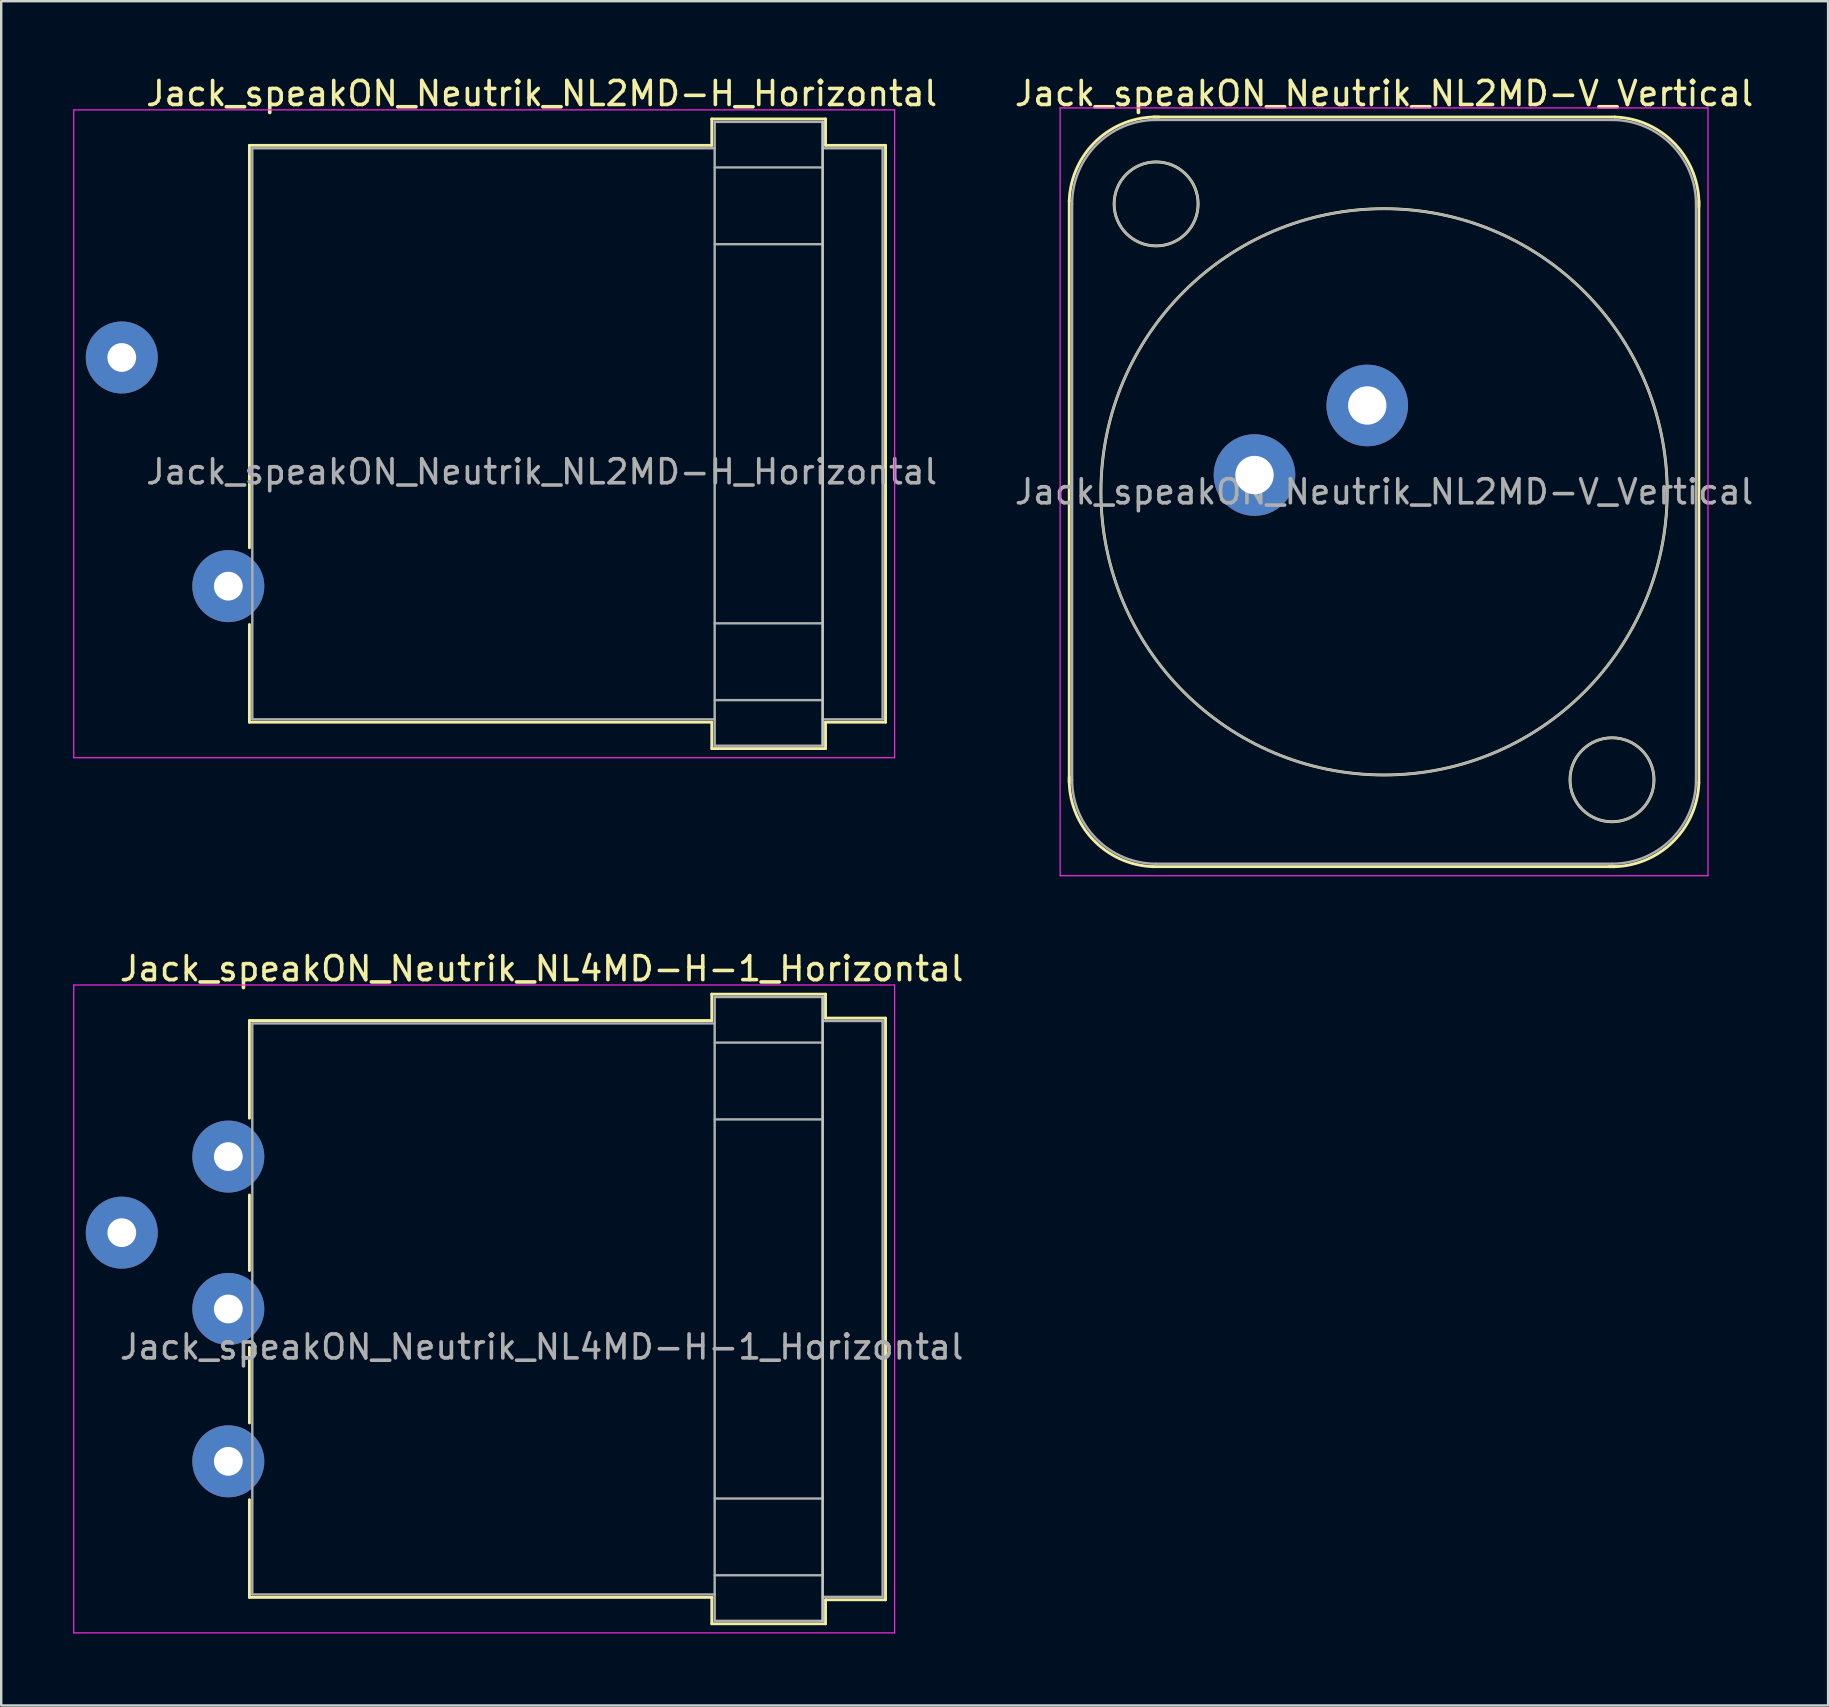
<source format=kicad_pcb>
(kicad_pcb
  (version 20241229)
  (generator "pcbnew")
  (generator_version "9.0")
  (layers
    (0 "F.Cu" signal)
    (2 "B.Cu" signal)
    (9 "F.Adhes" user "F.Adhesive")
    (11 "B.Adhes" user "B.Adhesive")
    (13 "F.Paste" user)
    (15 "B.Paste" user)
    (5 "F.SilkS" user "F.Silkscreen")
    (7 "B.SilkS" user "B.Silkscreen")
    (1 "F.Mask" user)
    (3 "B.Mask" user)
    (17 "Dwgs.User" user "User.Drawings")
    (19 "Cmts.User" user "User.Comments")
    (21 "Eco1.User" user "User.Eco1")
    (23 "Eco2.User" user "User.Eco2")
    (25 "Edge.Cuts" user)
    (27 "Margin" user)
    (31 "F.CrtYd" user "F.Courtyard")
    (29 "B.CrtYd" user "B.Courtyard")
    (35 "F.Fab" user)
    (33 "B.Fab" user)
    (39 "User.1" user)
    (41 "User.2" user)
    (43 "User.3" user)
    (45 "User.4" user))
  (footprint "Jack_speakON_Neutrik_NL2MD-H_Horizontal"
    (layer "F.Cu")
    (at 2.025 11.848)
    (property "Reference" "Jack_speakON_Neutrik_NL2MD-H_Horizontal" (at 17.5 -11 0) (layer "F.SilkS") (effects (font (size 1 1) (thickness 0.15))))
    (attr through_hole)
    (fp_line (start 5.32 -8.84) (end 24.59 -8.84) (stroke (width 0.12) (type solid)) (layer "F.SilkS"))
    (fp_line (start 5.32 7.93) (end 5.32 -8.84) (stroke (width 0.12) (type solid)) (layer "F.SilkS"))
    (fp_line (start 5.32 15.2) (end 5.32 11.13) (stroke (width 0.12) (type solid)) (layer "F.SilkS"))
    (fp_line (start 5.32 15.2) (end 24.59 15.2) (stroke (width 0.12) (type solid)) (layer "F.SilkS"))
    (fp_line (start 24.59 -9.94) (end 24.59 -8.84) (stroke (width 0.12) (type solid)) (layer "F.SilkS"))
    (fp_line (start 24.59 -9.94) (end 29.33 -9.94) (stroke (width 0.12) (type solid)) (layer "F.SilkS"))
    (fp_line (start 24.59 16.3) (end 24.59 15.2) (stroke (width 0.12) (type solid)) (layer "F.SilkS"))
    (fp_line (start 24.59 16.3) (end 29.33 16.3) (stroke (width 0.12) (type solid)) (layer "F.SilkS"))
    (fp_line (start 29.33 -9.94) (end 29.33 -8.84) (stroke (width 0.12) (type solid)) (layer "F.SilkS"))
    (fp_line (start 29.33 16.3) (end 29.33 15.2) (stroke (width 0.12) (type solid)) (layer "F.SilkS"))
    (fp_line (start 31.83 -8.84) (end 29.33 -8.84) (stroke (width 0.12) (type solid)) (layer "F.SilkS"))
    (fp_line (start 31.83 15.2) (end 29.33 15.2) (stroke (width 0.12) (type solid)) (layer "F.SilkS"))
    (fp_line (start 31.83 15.2) (end 31.83 -8.84) (stroke (width 0.12) (type solid)) (layer "F.SilkS"))
    (fp_line (start 29.21 16.18) (end 29.21 -9.82) (stroke (width 0.1) (type solid)) (layer "Dwgs.User"))
    (fp_line (start -2 16.68) (end -2 -10.32) (stroke (width 0.05) (type solid)) (layer "F.CrtYd"))
    (fp_line (start -2 16.68) (end 32.21 16.68) (stroke (width 0.05) (type solid)) (layer "F.CrtYd"))
    (fp_line (start 32.21 -10.32) (end -2 -10.32) (stroke (width 0.05) (type solid)) (layer "F.CrtYd"))
    (fp_line (start 32.21 -10.32) (end 32.21 16.68) (stroke (width 0.05) (type solid)) (layer "F.CrtYd"))
    (fp_line (start 5.44 -8.72) (end 24.71 -8.72) (stroke (width 0.1) (type solid)) (layer "F.Fab"))
    (fp_line (start 5.44 15.08) (end 5.44 -8.72) (stroke (width 0.1) (type solid)) (layer "F.Fab"))
    (fp_line (start 5.44 15.08) (end 24.71 15.08) (stroke (width 0.1) (type solid)) (layer "F.Fab"))
    (fp_line (start 24.71 -9.82) (end 29.21 -9.82) (stroke (width 0.1) (type solid)) (layer "F.Fab"))
    (fp_line (start 24.71 -7.92) (end 29.21 -7.92) (stroke (width 0.1) (type solid)) (layer "F.Fab"))
    (fp_line (start 24.71 -4.72) (end 29.21 -4.72) (stroke (width 0.1) (type solid)) (layer "F.Fab"))
    (fp_line (start 24.71 11.08) (end 29.21 11.08) (stroke (width 0.1) (type solid)) (layer "F.Fab"))
    (fp_line (start 24.71 14.28) (end 29.21 14.28) (stroke (width 0.1) (type solid)) (layer "F.Fab"))
    (fp_line (start 24.71 16.18) (end 24.71 -9.82) (stroke (width 0.1) (type solid)) (layer "F.Fab"))
    (fp_line (start 24.71 16.18) (end 29.21 16.18) (stroke (width 0.1) (type solid)) (layer "F.Fab"))
    (fp_line (start 29.21 16.18) (end 29.21 -9.82) (stroke (width 0.1) (type solid)) (layer "F.Fab"))
    (fp_line (start 31.71 -8.72) (end 29.21 -8.72) (stroke (width 0.1) (type solid)) (layer "F.Fab"))
    (fp_line (start 31.71 15.08) (end 29.21 15.08) (stroke (width 0.1) (type solid)) (layer "F.Fab"))
    (fp_line (start 31.71 15.08) (end 31.71 -8.72) (stroke (width 0.1) (type solid)) (layer "F.Fab"))
    (fp_text user "${REFERENCE}" (at 17.5 4.765 0) (layer "F.Fab") (effects (font (size 1 1) (thickness 0.15))))
    (pad "1+" thru_hole circle (at 0 0) (size 3 3) (drill 1.2) (layers "*.Cu" "*.Mask"))
    (pad "1-" thru_hole circle (at 4.44 9.53) (size 3 3) (drill 1.2) (layers "*.Cu" "*.Mask")))
  (footprint "Jack_speakON_Neutrik_NL4MD-H-1_Horizontal"
    (layer "F.Cu")
    (at 2.025 48.322)
    (property "Reference" "Jack_speakON_Neutrik_NL4MD-H-1_Horizontal" (at 17.5 -11 0) (layer "F.SilkS") (effects (font (size 1 1) (thickness 0.15))))
    (attr through_hole)
    (fp_line (start 5.32 -8.84) (end 24.59 -8.84) (stroke (width 0.12) (type solid)) (layer "F.SilkS"))
    (fp_line (start 5.32 -4.77) (end 5.32 -8.84) (stroke (width 0.12) (type solid)) (layer "F.SilkS"))
    (fp_line (start 5.32 1.58) (end 5.32 -1.57) (stroke (width 0.12) (type solid)) (layer "F.SilkS"))
    (fp_line (start 5.32 7.93) (end 5.32 4.78) (stroke (width 0.12) (type solid)) (layer "F.SilkS"))
    (fp_line (start 5.32 15.2) (end 5.32 11.13) (stroke (width 0.12) (type solid)) (layer "F.SilkS"))
    (fp_line (start 5.32 15.2) (end 24.6 15.2) (stroke (width 0.12) (type solid)) (layer "F.SilkS"))
    (fp_line (start 24.59 -9.94) (end 24.59 -8.84) (stroke (width 0.12) (type solid)) (layer "F.SilkS"))
    (fp_line (start 24.59 -9.94) (end 29.33 -9.94) (stroke (width 0.12) (type solid)) (layer "F.SilkS"))
    (fp_line (start 24.59 16.3) (end 24.59 15.2) (stroke (width 0.12) (type solid)) (layer "F.SilkS"))
    (fp_line (start 24.59 16.3) (end 29.33 16.3) (stroke (width 0.12) (type solid)) (layer "F.SilkS"))
    (fp_line (start 29.33 -9.94) (end 29.33 -8.94) (stroke (width 0.12) (type solid)) (layer "F.SilkS"))
    (fp_line (start 29.33 16.3) (end 29.33 15.3) (stroke (width 0.12) (type solid)) (layer "F.SilkS"))
    (fp_line (start 31.83 -8.94) (end 29.33 -8.94) (stroke (width 0.12) (type solid)) (layer "F.SilkS"))
    (fp_line (start 31.83 15.3) (end 29.33 15.3) (stroke (width 0.12) (type solid)) (layer "F.SilkS"))
    (fp_line (start 31.83 15.3) (end 31.83 -8.94) (stroke (width 0.12) (type solid)) (layer "F.SilkS"))
    (fp_line (start 29.21 16.18) (end 29.21 -9.82) (stroke (width 0.1) (type solid)) (layer "Dwgs.User"))
    (fp_line (start -2 16.68) (end -2 -10.32) (stroke (width 0.05) (type solid)) (layer "F.CrtYd"))
    (fp_line (start -2 16.68) (end 32.21 16.68) (stroke (width 0.05) (type solid)) (layer "F.CrtYd"))
    (fp_line (start 32.21 -10.32) (end -2 -10.32) (stroke (width 0.05) (type solid)) (layer "F.CrtYd"))
    (fp_line (start 32.21 -10.32) (end 32.21 16.68) (stroke (width 0.05) (type solid)) (layer "F.CrtYd"))
    (fp_line (start 5.44 -8.72) (end 24.71 -8.72) (stroke (width 0.1) (type solid)) (layer "F.Fab"))
    (fp_line (start 5.44 15.08) (end 5.44 -8.72) (stroke (width 0.1) (type solid)) (layer "F.Fab"))
    (fp_line (start 5.44 15.08) (end 24.71 15.08) (stroke (width 0.1) (type solid)) (layer "F.Fab"))
    (fp_line (start 24.71 -9.82) (end 29.21 -9.82) (stroke (width 0.1) (type solid)) (layer "F.Fab"))
    (fp_line (start 24.71 -7.92) (end 29.21 -7.92) (stroke (width 0.1) (type solid)) (layer "F.Fab"))
    (fp_line (start 24.71 -4.72) (end 29.21 -4.72) (stroke (width 0.1) (type solid)) (layer "F.Fab"))
    (fp_line (start 24.71 11.08) (end 29.21 11.08) (stroke (width 0.1) (type solid)) (layer "F.Fab"))
    (fp_line (start 24.71 14.28) (end 29.21 14.28) (stroke (width 0.1) (type solid)) (layer "F.Fab"))
    (fp_line (start 24.71 16.18) (end 24.71 -9.82) (stroke (width 0.1) (type solid)) (layer "F.Fab"))
    (fp_line (start 24.71 16.18) (end 29.21 16.18) (stroke (width 0.1) (type solid)) (layer "F.Fab"))
    (fp_line (start 29.21 16.18) (end 29.21 -9.82) (stroke (width 0.1) (type solid)) (layer "F.Fab"))
    (fp_line (start 31.71 -8.82) (end 29.21 -8.82) (stroke (width 0.1) (type solid)) (layer "F.Fab"))
    (fp_line (start 31.71 15.18) (end 29.21 15.18) (stroke (width 0.1) (type solid)) (layer "F.Fab"))
    (fp_line (start 31.71 15.18) (end 31.71 -8.82) (stroke (width 0.1) (type solid)) (layer "F.Fab"))
    (fp_text user "${REFERENCE}" (at 17.5 4.765 0) (layer "F.Fab") (effects (font (size 1 1) (thickness 0.15))))
    (pad "1+" thru_hole circle (at 0 0) (size 3 3) (drill 1.2) (layers "*.Cu" "*.Mask"))
    (pad "1-" thru_hole circle (at 4.44 9.53) (size 3 3) (drill 1.2) (layers "*.Cu" "*.Mask"))
    (pad "2+" thru_hole circle (at 4.44 3.18) (size 3 3) (drill 1.2) (layers "*.Cu" "*.Mask"))
    (pad "2-" thru_hole circle (at 4.44 -3.17) (size 3 3) (drill 1.2) (layers "*.Cu" "*.Mask")))
  (footprint "Jack_speakON_Neutrik_NL2MD-V_Vertical"
    (layer "F.Cu")
    (at 53.932 13.848)
    (property "Reference" "Jack_speakON_Neutrik_NL2MD-V_Vertical" (at 0.7 -13 0) (layer "F.SilkS") (effects (font (size 1 1) (thickness 0.15))))
    (attr through_hole)
    (fp_line (start -12.42 15.72) (end -12.42 -8.52) (stroke (width 0.12) (type solid)) (layer "F.SilkS"))
    (fp_line (start -8.92 -12.02) (end 10.32 -12.02) (stroke (width 0.12) (type solid)) (layer "F.SilkS"))
    (fp_line (start -8.92 19.22) (end 10.32 19.22) (stroke (width 0.12) (type solid)) (layer "F.SilkS"))
    (fp_line (start 13.82 15.72) (end 13.82 -8.52) (stroke (width 0.12) (type solid)) (layer "F.SilkS"))
    (fp_arc (start -12.42 -8.52) (mid -11.274874 -11.044579) (end -8.68 -12.02) (stroke (width 0.12) (type solid)) (layer "F.SilkS"))
    (fp_arc (start -8.92 19.22) (mid -11.444579 18.074874) (end -12.42 15.48) (stroke (width 0.12) (type solid)) (layer "F.SilkS"))
    (fp_arc (start 10.32 -12.02) (mid 12.844579 -10.874874) (end 13.82 -8.28) (stroke (width 0.12) (type solid)) (layer "F.SilkS"))
    (fp_arc (start 13.82 15.72) (mid 12.674874 18.244579) (end 10.08 19.22) (stroke (width 0.12) (type solid)) (layer "F.SilkS"))
    (fp_circle (center -8.8 -8.4) (end -7.05 -8.4) (stroke (width 0.12) (type solid)) (fill no) (layer "F.SilkS"))
    (fp_circle (center 0.7 3.6) (end 12.5 3.6) (stroke (width 0.12) (type solid)) (fill no) (layer "F.SilkS"))
    (fp_circle (center 10.2 15.6) (end 11.95 15.6) (stroke (width 0.12) (type solid)) (fill no) (layer "F.SilkS"))
    (fp_line (start -12.8 -12.4) (end 14.2 -12.4) (stroke (width 0.05) (type solid)) (layer "F.CrtYd"))
    (fp_line (start -12.8 19.6) (end -12.8 -12.4) (stroke (width 0.05) (type solid)) (layer "F.CrtYd"))
    (fp_line (start -12.8 19.6) (end 14.2 19.6) (stroke (width 0.05) (type solid)) (layer "F.CrtYd"))
    (fp_line (start 14.2 19.6) (end 14.2 -12.4) (stroke (width 0.05) (type solid)) (layer "F.CrtYd"))
    (fp_line (start -12.3 15.6) (end -12.3 -8.4) (stroke (width 0.1) (type solid)) (layer "F.Fab"))
    (fp_line (start -8.8 -11.9) (end 10.2 -11.9) (stroke (width 0.1) (type solid)) (layer "F.Fab"))
    (fp_line (start -8.8 19.1) (end 10.2 19.1) (stroke (width 0.1) (type solid)) (layer "F.Fab"))
    (fp_line (start 13.7 15.6) (end 13.7 -8.4) (stroke (width 0.1) (type solid)) (layer "F.Fab"))
    (fp_arc (start -12.3 -8.4) (mid -11.274874 -10.874874) (end -8.8 -11.9) (stroke (width 0.1) (type solid)) (layer "F.Fab"))
    (fp_arc (start -8.8 19.1) (mid -11.274874 18.074874) (end -12.3 15.6) (stroke (width 0.1) (type solid)) (layer "F.Fab"))
    (fp_arc (start 10.2 -11.9) (mid 12.674874 -10.874874) (end 13.7 -8.4) (stroke (width 0.1) (type solid)) (layer "F.Fab"))
    (fp_arc (start 13.7 15.6) (mid 12.674874 18.074874) (end 10.2 19.1) (stroke (width 0.1) (type solid)) (layer "F.Fab"))
    (fp_circle (center -8.8 -8.4) (end -7.05 -8.4) (stroke (width 0.1) (type solid)) (fill no) (layer "F.Fab"))
    (fp_circle (center 0.7 3.6) (end 12.5 3.6) (stroke (width 0.1) (type solid)) (fill no) (layer "F.Fab"))
    (fp_circle (center 10.2 15.6) (end 8.45 15.6) (stroke (width 0.1) (type solid)) (fill no) (layer "F.Fab"))
    (fp_text user "${REFERENCE}" (at 0.7 3.6 0) (layer "F.Fab") (effects (font (size 1 1) (thickness 0.15))))
    (pad "1+" thru_hole circle (at 0 0) (size 3.4 3.4) (drill 1.6) (layers "*.Cu" "*.Mask"))
    (pad "1-" thru_hole circle (at -4.7 2.9) (size 3.4 3.4) (drill 1.6) (layers "*.Cu" "*.Mask")))
  (gr_rect
    (start -3 -3)
    (end 73.138 68.026)
    (stroke (width 0.1) (type default))
    (fill no)
    (layer "Edge.Cuts")))
</source>
